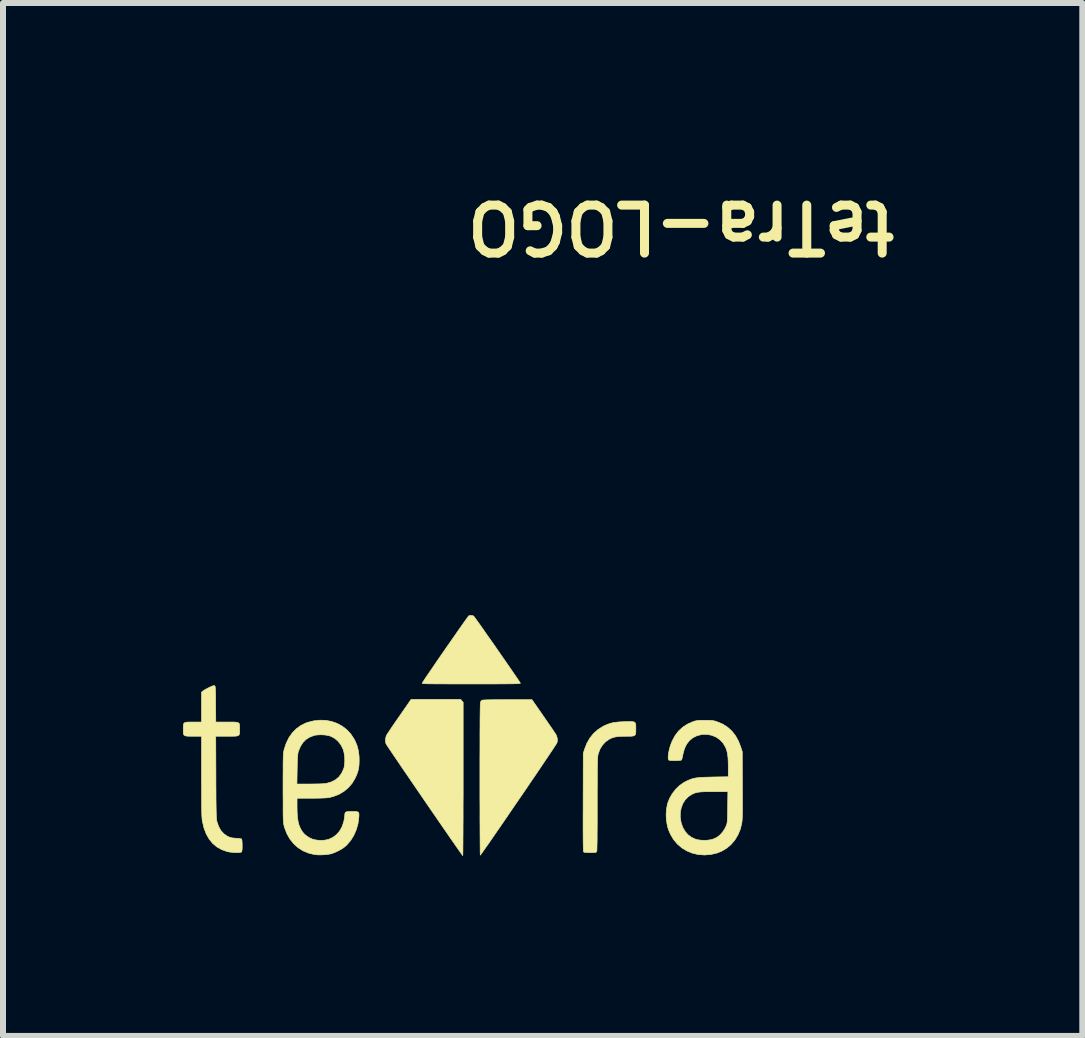
<source format=kicad_pcb>
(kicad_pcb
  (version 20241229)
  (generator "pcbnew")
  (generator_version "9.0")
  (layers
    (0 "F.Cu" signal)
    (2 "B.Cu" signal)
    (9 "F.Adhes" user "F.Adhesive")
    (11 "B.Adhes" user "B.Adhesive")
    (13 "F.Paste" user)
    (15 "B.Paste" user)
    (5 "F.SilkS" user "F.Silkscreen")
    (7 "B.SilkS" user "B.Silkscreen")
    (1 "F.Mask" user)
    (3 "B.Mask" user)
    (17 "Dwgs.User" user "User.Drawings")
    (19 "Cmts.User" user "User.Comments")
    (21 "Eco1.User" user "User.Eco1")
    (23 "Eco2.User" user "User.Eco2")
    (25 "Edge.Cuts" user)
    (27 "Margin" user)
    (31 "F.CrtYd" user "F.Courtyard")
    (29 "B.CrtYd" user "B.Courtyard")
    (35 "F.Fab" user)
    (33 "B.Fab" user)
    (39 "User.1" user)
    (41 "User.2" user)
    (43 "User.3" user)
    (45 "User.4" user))
  (footprint "teTra-LOGO"
    (layer "F.Cu")
    (at 4.802 9.231)
    (property "Reference" "teTra-LOGO" (at 3.5 -8.5 180) (unlocked yes) (layer "F.SilkS") (effects (font (size 0.8 0.8) (thickness 0.15))))
    (attr smd)
    (fp_poly (pts (xy -0.153 -0.599) (xy -0.132 -0.575) (xy -0.132 0.703) (xy -0.132 0.848) (xy -0.132 0.989) (xy -0.133 1.125) (xy -0.133 1.253) (xy -0.133 1.375) (xy -0.134 1.488) (xy -0.134 1.592) (xy -0.135 1.685) (xy -0.135 1.768) (xy -0.136 1.838) (xy -0.136 1.895) (xy -0.137 1.939) (xy -0.138 1.967) (xy -0.139 1.98) (xy -0.139 1.981) (xy -0.144 1.974) (xy -0.159 1.954) (xy -0.182 1.921) (xy -0.213 1.877) (xy -0.251 1.823) (xy -0.296 1.758) (xy -0.347 1.685) (xy -0.403 1.603) (xy -0.465 1.514) (xy -0.531 1.418) (xy -0.601 1.316) (xy -0.675 1.209) (xy -0.751 1.098) (xy -0.778 1.059) (xy -0.855 0.946) (xy -0.93 0.837) (xy -1.001 0.733) (xy -1.069 0.633) (xy -1.133 0.54) (xy -1.191 0.454) (xy -1.244 0.376) (xy -1.292 0.306) (xy -1.332 0.246) (xy -1.366 0.196) (xy -1.392 0.157) (xy -1.409 0.13) (xy -1.418 0.116) (xy -1.419 0.114) (xy -1.427 0.077) (xy -1.426 0.033) (xy -1.416 -0.008) (xy -1.411 -0.022) (xy -1.403 -0.036) (xy -1.386 -0.063) (xy -1.361 -0.099) (xy -1.331 -0.145) (xy -1.295 -0.198) (xy -1.255 -0.256) (xy -1.212 -0.318) (xy -1.197 -0.339) (xy -1 -0.623) (xy -0.173 -0.623) (xy -0.153 -0.599)) (stroke (width 0.01) (type solid)) (fill yes) (layer "F.SilkS"))
    (fp_poly (pts (xy 0.022 -2.021) (xy 0.043 -2.012) (xy 0.05 -2.003) (xy 0.066 -1.982) (xy 0.089 -1.95) (xy 0.12 -1.907) (xy 0.156 -1.856) (xy 0.198 -1.797) (xy 0.243 -1.732) (xy 0.292 -1.662) (xy 0.344 -1.589) (xy 0.397 -1.513) (xy 0.45 -1.436) (xy 0.503 -1.36) (xy 0.555 -1.285) (xy 0.605 -1.213) (xy 0.652 -1.145) (xy 0.695 -1.082) (xy 0.733 -1.027) (xy 0.766 -0.979) (xy 0.792 -0.941) (xy 0.81 -0.913) (xy 0.82 -0.897) (xy 0.821 -0.895) (xy 0.821 -0.892) (xy 0.818 -0.89) (xy 0.81 -0.889) (xy 0.798 -0.887) (xy 0.78 -0.886) (xy 0.755 -0.885) (xy 0.722 -0.884) (xy 0.681 -0.883) (xy 0.629 -0.883) (xy 0.567 -0.882) (xy 0.493 -0.882) (xy 0.407 -0.881) (xy 0.307 -0.881) (xy 0.192 -0.881) (xy 0.061 -0.881) (xy 0.003 -0.881) (xy -0.134 -0.881) (xy -0.254 -0.881) (xy -0.36 -0.881) (xy -0.452 -0.882) (xy -0.531 -0.882) (xy -0.598 -0.882) (xy -0.653 -0.883) (xy -0.699 -0.883) (xy -0.735 -0.884) (xy -0.763 -0.885) (xy -0.784 -0.886) (xy -0.799 -0.888) (xy -0.808 -0.889) (xy -0.813 -0.891) (xy -0.815 -0.893) (xy -0.815 -0.895) (xy -0.808 -0.906) (xy -0.793 -0.929) (xy -0.771 -0.963) (xy -0.741 -1.008) (xy -0.705 -1.06) (xy -0.664 -1.12) (xy -0.619 -1.186) (xy -0.571 -1.257) (xy -0.52 -1.331) (xy -0.467 -1.407) (xy -0.414 -1.484) (xy -0.361 -1.56) (xy -0.309 -1.635) (xy -0.259 -1.706) (xy -0.212 -1.774) (xy -0.169 -1.835) (xy -0.131 -1.89) (xy -0.098 -1.936) (xy -0.071 -1.973) (xy -0.052 -2) (xy -0.041 -2.014) (xy -0.039 -2.016) (xy -0.01 -2.024) (xy 0.022 -2.021)) (stroke (width 0.01) (type solid)) (fill yes) (layer "F.SilkS"))
    (fp_poly (pts (xy 1.21 -0.338) (xy 1.253 -0.276) (xy 1.293 -0.217) (xy 1.33 -0.163) (xy 1.362 -0.117) (xy 1.388 -0.078) (xy 1.407 -0.05) (xy 1.417 -0.033) (xy 1.419 -0.031) (xy 1.435 0.015) (xy 1.439 0.066) (xy 1.432 0.098) (xy 1.427 0.109) (xy 1.412 0.132) (xy 1.389 0.167) (xy 1.359 0.213) (xy 1.322 0.268) (xy 1.279 0.333) (xy 1.23 0.405) (xy 1.177 0.484) (xy 1.12 0.569) (xy 1.059 0.659) (xy 0.995 0.752) (xy 0.93 0.849) (xy 0.863 0.947) (xy 0.795 1.046) (xy 0.727 1.145) (xy 0.66 1.243) (xy 0.595 1.339) (xy 0.531 1.432) (xy 0.47 1.521) (xy 0.412 1.604) (xy 0.359 1.682) (xy 0.31 1.753) (xy 0.266 1.815) (xy 0.229 1.868) (xy 0.198 1.912) (xy 0.175 1.944) (xy 0.16 1.965) (xy 0.154 1.972) (xy 0.153 1.972) (xy 0.153 1.964) (xy 0.152 1.939) (xy 0.151 1.9) (xy 0.151 1.846) (xy 0.15 1.78) (xy 0.15 1.701) (xy 0.149 1.61) (xy 0.149 1.509) (xy 0.148 1.399) (xy 0.148 1.28) (xy 0.148 1.154) (xy 0.147 1.02) (xy 0.147 0.881) (xy 0.147 0.738) (xy 0.147 0.712) (xy 0.147 0.523) (xy 0.147 0.351) (xy 0.148 0.195) (xy 0.148 0.055) (xy 0.148 -0.07) (xy 0.149 -0.18) (xy 0.149 -0.276) (xy 0.15 -0.357) (xy 0.151 -0.425) (xy 0.152 -0.48) (xy 0.153 -0.522) (xy 0.154 -0.552) (xy 0.156 -0.57) (xy 0.156 -0.575) (xy 0.167 -0.596) (xy 0.181 -0.61) (xy 0.181 -0.61) (xy 0.193 -0.612) (xy 0.222 -0.614) (xy 0.264 -0.616) (xy 0.321 -0.617) (xy 0.391 -0.618) (xy 0.473 -0.618) (xy 0.565 -0.619) (xy 0.606 -0.619) (xy 1.015 -0.619) (xy 1.21 -0.338)) (stroke (width 0.01) (type solid)) (fill yes) (layer "F.SilkS"))
    (fp_poly (pts (xy 2.67 -0.254) (xy 2.702 -0.251) (xy 2.724 -0.244) (xy 2.737 -0.23) (xy 2.744 -0.21) (xy 2.746 -0.181) (xy 2.746 -0.142) (xy 2.746 -0.132) (xy 2.746 -0.09) (xy 2.744 -0.059) (xy 2.738 -0.037) (xy 2.726 -0.023) (xy 2.705 -0.014) (xy 2.674 -0.01) (xy 2.63 -0.009) (xy 2.579 -0.009) (xy 2.509 -0.008) (xy 2.452 -0.005) (xy 2.406 0.002) (xy 2.366 0.012) (xy 2.329 0.027) (xy 2.303 0.04) (xy 2.242 0.082) (xy 2.19 0.138) (xy 2.149 0.204) (xy 2.121 0.278) (xy 2.115 0.303) (xy 2.113 0.316) (xy 2.111 0.333) (xy 2.11 0.356) (xy 2.108 0.386) (xy 2.107 0.424) (xy 2.106 0.471) (xy 2.105 0.528) (xy 2.104 0.595) (xy 2.104 0.675) (xy 2.104 0.767) (xy 2.103 0.873) (xy 2.103 0.994) (xy 2.103 1.128) (xy 2.103 1.282) (xy 2.103 1.42) (xy 2.102 1.54) (xy 2.101 1.644) (xy 2.101 1.731) (xy 2.099 1.801) (xy 2.098 1.854) (xy 2.097 1.89) (xy 2.095 1.91) (xy 2.094 1.913) (xy 2.089 1.92) (xy 2.08 1.925) (xy 2.064 1.928) (xy 2.039 1.929) (xy 2.001 1.93) (xy 1.985 1.93) (xy 1.938 1.929) (xy 1.906 1.927) (xy 1.886 1.924) (xy 1.876 1.919) (xy 1.875 1.918) (xy 1.873 1.911) (xy 1.872 1.895) (xy 1.871 1.869) (xy 1.87 1.832) (xy 1.869 1.783) (xy 1.868 1.722) (xy 1.868 1.648) (xy 1.867 1.56) (xy 1.867 1.459) (xy 1.867 1.342) (xy 1.868 1.209) (xy 1.868 1.09) (xy 1.87 0.275) (xy 1.89 0.211) (xy 1.929 0.111) (xy 1.98 0.021) (xy 2.043 -0.057) (xy 2.118 -0.123) (xy 2.203 -0.176) (xy 2.217 -0.183) (xy 2.267 -0.205) (xy 2.315 -0.222) (xy 2.364 -0.235) (xy 2.419 -0.243) (xy 2.482 -0.249) (xy 2.558 -0.252) (xy 2.565 -0.253) (xy 2.625 -0.254) (xy 2.67 -0.254)) (stroke (width 0.01) (type solid)) (fill yes) (layer "F.SilkS"))
    (fp_poly (pts (xy -4.276 -0.851) (xy -4.274 -0.85) (xy -4.27 -0.847) (xy -4.267 -0.84) (xy -4.265 -0.829) (xy -4.263 -0.811) (xy -4.261 -0.785) (xy -4.26 -0.749) (xy -4.259 -0.702) (xy -4.258 -0.642) (xy -4.258 -0.567) (xy -4.258 -0.544) (xy -4.255 -0.246) (xy -4.07 -0.246) (xy -4.004 -0.246) (xy -3.954 -0.246) (xy -3.917 -0.243) (xy -3.89 -0.238) (xy -3.873 -0.23) (xy -3.863 -0.216) (xy -3.859 -0.196) (xy -3.858 -0.169) (xy -3.858 -0.134) (xy -3.858 -0.128) (xy -3.857 -0.091) (xy -3.858 -0.063) (xy -3.862 -0.042) (xy -3.871 -0.028) (xy -3.887 -0.018) (xy -3.912 -0.012) (xy -3.947 -0.01) (xy -3.996 -0.009) (xy -4.058 -0.009) (xy -4.07 -0.009) (xy -4.256 -0.009) (xy -4.253 0.675) (xy -4.253 0.799) (xy -4.252 0.909) (xy -4.252 1.003) (xy -4.251 1.084) (xy -4.25 1.153) (xy -4.249 1.211) (xy -4.248 1.259) (xy -4.247 1.298) (xy -4.246 1.33) (xy -4.244 1.355) (xy -4.243 1.374) (xy -4.241 1.39) (xy -4.238 1.403) (xy -4.236 1.413) (xy -4.208 1.494) (xy -4.171 1.561) (xy -4.124 1.614) (xy -4.068 1.654) (xy -4.046 1.665) (xy -4.016 1.677) (xy -3.983 1.685) (xy -3.943 1.689) (xy -3.918 1.691) (xy -3.881 1.693) (xy -3.851 1.697) (xy -3.831 1.701) (xy -3.826 1.703) (xy -3.821 1.715) (xy -3.818 1.74) (xy -3.816 1.773) (xy -3.815 1.811) (xy -3.815 1.848) (xy -3.817 1.882) (xy -3.821 1.907) (xy -3.825 1.92) (xy -3.84 1.925) (xy -3.868 1.929) (xy -3.904 1.93) (xy -3.946 1.929) (xy -3.99 1.925) (xy -4.031 1.92) (xy -4.066 1.913) (xy -4.066 1.913) (xy -4.156 1.881) (xy -4.236 1.836) (xy -4.306 1.778) (xy -4.365 1.706) (xy -4.413 1.622) (xy -4.451 1.524) (xy -4.477 1.414) (xy -4.48 1.402) (xy -4.482 1.385) (xy -4.484 1.365) (xy -4.486 1.341) (xy -4.488 1.311) (xy -4.489 1.274) (xy -4.49 1.229) (xy -4.491 1.175) (xy -4.491 1.11) (xy -4.492 1.034) (xy -4.492 0.944) (xy -4.492 0.841) (xy -4.493 0.723) (xy -4.493 0.659) (xy -4.493 -0.009) (xy -4.632 -0.009) (xy -4.689 -0.009) (xy -4.731 -0.011) (xy -4.76 -0.015) (xy -4.779 -0.023) (xy -4.791 -0.038) (xy -4.796 -0.06) (xy -4.797 -0.091) (xy -4.797 -0.128) (xy -4.797 -0.168) (xy -4.795 -0.198) (xy -4.79 -0.22) (xy -4.778 -0.233) (xy -4.758 -0.241) (xy -4.727 -0.245) (xy -4.683 -0.246) (xy -4.632 -0.246) (xy -4.493 -0.246) (xy -4.493 -0.744) (xy -4.469 -0.764) (xy -4.451 -0.776) (xy -4.422 -0.793) (xy -4.388 -0.811) (xy -4.367 -0.822) (xy -4.329 -0.839) (xy -4.303 -0.85) (xy -4.286 -0.853) (xy -4.276 -0.851)) (stroke (width 0.01) (type solid)) (fill yes) (layer "F.SilkS"))
    (fp_poly (pts (xy 3.898 -0.275) (xy 3.95 -0.275) (xy 3.989 -0.274) (xy 4.019 -0.271) (xy 4.045 -0.267) (xy 4.069 -0.261) (xy 4.097 -0.252) (xy 4.191 -0.213) (xy 4.275 -0.16) (xy 4.347 -0.095) (xy 4.408 -0.017) (xy 4.458 0.074) (xy 4.496 0.173) (xy 4.52 0.249) (xy 4.522 0.806) (xy 4.523 0.92) (xy 4.523 1.019) (xy 4.523 1.103) (xy 4.523 1.175) (xy 4.523 1.235) (xy 4.522 1.284) (xy 4.521 1.325) (xy 4.52 1.359) (xy 4.518 1.386) (xy 4.516 1.409) (xy 4.514 1.428) (xy 4.512 1.44) (xy 4.487 1.542) (xy 4.448 1.635) (xy 4.397 1.72) (xy 4.334 1.794) (xy 4.261 1.856) (xy 4.178 1.906) (xy 4.101 1.937) (xy 3.999 1.961) (xy 3.894 1.97) (xy 3.789 1.963) (xy 3.788 1.963) (xy 3.69 1.94) (xy 3.598 1.903) (xy 3.514 1.852) (xy 3.44 1.789) (xy 3.377 1.715) (xy 3.327 1.632) (xy 3.299 1.57) (xy 3.279 1.513) (xy 3.266 1.454) (xy 3.256 1.386) (xy 3.254 1.374) (xy 3.253 1.336) (xy 3.486 1.336) (xy 3.487 1.343) (xy 3.501 1.431) (xy 3.528 1.509) (xy 3.567 1.577) (xy 3.616 1.633) (xy 3.676 1.677) (xy 3.745 1.708) (xy 3.762 1.713) (xy 3.816 1.722) (xy 3.877 1.726) (xy 3.939 1.724) (xy 3.996 1.715) (xy 4.019 1.71) (xy 4.056 1.696) (xy 4.093 1.678) (xy 4.115 1.664) (xy 4.156 1.629) (xy 4.196 1.583) (xy 4.23 1.531) (xy 4.254 1.48) (xy 4.26 1.464) (xy 4.264 1.448) (xy 4.268 1.431) (xy 4.27 1.409) (xy 4.272 1.382) (xy 4.274 1.346) (xy 4.275 1.3) (xy 4.276 1.241) (xy 4.277 1.17) (xy 4.28 0.914) (xy 4.048 0.914) (xy 3.97 0.914) (xy 3.906 0.915) (xy 3.854 0.917) (xy 3.812 0.92) (xy 3.778 0.925) (xy 3.749 0.931) (xy 3.722 0.94) (xy 3.695 0.952) (xy 3.676 0.961) (xy 3.618 1) (xy 3.569 1.051) (xy 3.53 1.112) (xy 3.503 1.182) (xy 3.488 1.257) (xy 3.486 1.336) (xy 3.253 1.336) (xy 3.251 1.291) (xy 3.257 1.206) (xy 3.272 1.126) (xy 3.276 1.109) (xy 3.308 1.027) (xy 3.353 0.949) (xy 3.409 0.876) (xy 3.474 0.813) (xy 3.545 0.763) (xy 3.576 0.746) (xy 3.615 0.727) (xy 3.651 0.712) (xy 3.685 0.7) (xy 3.721 0.691) (xy 3.761 0.684) (xy 3.807 0.679) (xy 3.862 0.675) (xy 3.929 0.673) (xy 4.009 0.671) (xy 4.035 0.67) (xy 4.287 0.666) (xy 4.287 0.507) (xy 4.286 0.426) (xy 4.283 0.358) (xy 4.277 0.302) (xy 4.268 0.253) (xy 4.256 0.21) (xy 4.239 0.17) (xy 4.237 0.165) (xy 4.197 0.101) (xy 4.146 0.047) (xy 4.084 0.005) (xy 4.015 -0.024) (xy 3.941 -0.039) (xy 3.863 -0.04) (xy 3.839 -0.037) (xy 3.763 -0.017) (xy 3.696 0.016) (xy 3.64 0.063) (xy 3.593 0.122) (xy 3.558 0.194) (xy 3.534 0.279) (xy 3.53 0.299) (xy 3.523 0.334) (xy 3.516 0.363) (xy 3.509 0.382) (xy 3.507 0.386) (xy 3.495 0.391) (xy 3.47 0.394) (xy 3.437 0.396) (xy 3.4 0.397) (xy 3.363 0.397) (xy 3.33 0.395) (xy 3.306 0.392) (xy 3.297 0.389) (xy 3.288 0.374) (xy 3.285 0.347) (xy 3.287 0.309) (xy 3.293 0.264) (xy 3.304 0.214) (xy 3.317 0.163) (xy 3.334 0.114) (xy 3.352 0.07) (xy 3.401 -0.021) (xy 3.46 -0.098) (xy 3.529 -0.161) (xy 3.609 -0.213) (xy 3.699 -0.252) (xy 3.726 -0.261) (xy 3.75 -0.267) (xy 3.774 -0.271) (xy 3.802 -0.274) (xy 3.838 -0.275) (xy 3.886 -0.275) (xy 3.898 -0.275)) (stroke (width 0.01) (type solid)) (fill yes) (layer "F.SilkS"))
    (fp_poly (pts (xy -2.419 -0.274) (xy -2.323 -0.255) (xy -2.232 -0.223) (xy -2.148 -0.177) (xy -2.072 -0.119) (xy -2.006 -0.048) (xy -1.951 0.035) (xy -1.936 0.063) (xy -1.901 0.145) (xy -1.879 0.23) (xy -1.867 0.322) (xy -1.865 0.389) (xy -1.867 0.462) (xy -1.874 0.524) (xy -1.888 0.581) (xy -1.909 0.639) (xy -1.933 0.691) (xy -1.983 0.775) (xy -2.046 0.848) (xy -2.12 0.91) (xy -2.205 0.96) (xy -2.299 0.996) (xy -2.365 1.012) (xy -2.393 1.016) (xy -2.431 1.019) (xy -2.48 1.021) (xy -2.542 1.023) (xy -2.617 1.024) (xy -2.665 1.024) (xy -2.901 1.024) (xy -2.901 1.174) (xy -2.899 1.265) (xy -2.894 1.341) (xy -2.884 1.406) (xy -2.871 1.463) (xy -2.851 1.513) (xy -2.826 1.56) (xy -2.809 1.586) (xy -2.778 1.622) (xy -2.735 1.657) (xy -2.686 1.687) (xy -2.637 1.708) (xy -2.632 1.71) (xy -2.572 1.722) (xy -2.505 1.727) (xy -2.439 1.723) (xy -2.381 1.711) (xy -2.374 1.709) (xy -2.304 1.677) (xy -2.243 1.631) (xy -2.192 1.572) (xy -2.152 1.502) (xy -2.124 1.42) (xy -2.118 1.395) (xy -2.112 1.359) (xy -2.107 1.326) (xy -2.105 1.302) (xy -2.105 1.3) (xy -2.103 1.278) (xy -2.096 1.262) (xy -2.081 1.252) (xy -2.056 1.246) (xy -2.018 1.244) (xy -1.987 1.244) (xy -1.939 1.244) (xy -1.906 1.247) (xy -1.885 1.254) (xy -1.873 1.267) (xy -1.869 1.288) (xy -1.869 1.319) (xy -1.871 1.342) (xy -1.885 1.449) (xy -1.914 1.55) (xy -1.955 1.644) (xy -2.008 1.729) (xy -2.071 1.802) (xy -2.106 1.834) (xy -2.151 1.866) (xy -2.206 1.897) (xy -2.265 1.925) (xy -2.32 1.946) (xy -2.338 1.951) (xy -2.382 1.959) (xy -2.436 1.965) (xy -2.495 1.968) (xy -2.552 1.968) (xy -2.6 1.964) (xy -2.609 1.963) (xy -2.708 1.939) (xy -2.8 1.901) (xy -2.883 1.849) (xy -2.955 1.784) (xy -3.018 1.707) (xy -3.069 1.617) (xy -3.108 1.517) (xy -3.115 1.494) (xy -3.118 1.48) (xy -3.121 1.467) (xy -3.124 1.453) (xy -3.126 1.437) (xy -3.128 1.417) (xy -3.13 1.392) (xy -3.131 1.361) (xy -3.132 1.323) (xy -3.133 1.276) (xy -3.133 1.218) (xy -3.133 1.149) (xy -3.133 1.067) (xy -3.134 0.971) (xy -3.134 0.86) (xy -3.134 0.854) (xy -3.134 0.787) (xy -2.903 0.787) (xy -2.687 0.787) (xy -2.603 0.786) (xy -2.535 0.785) (xy -2.481 0.783) (xy -2.438 0.779) (xy -2.407 0.775) (xy -2.328 0.752) (xy -2.26 0.717) (xy -2.203 0.669) (xy -2.158 0.608) (xy -2.125 0.536) (xy -2.117 0.512) (xy -2.109 0.464) (xy -2.105 0.406) (xy -2.107 0.344) (xy -2.114 0.283) (xy -2.126 0.229) (xy -2.132 0.21) (xy -2.167 0.138) (xy -2.215 0.076) (xy -2.273 0.026) (xy -2.341 -0.01) (xy -2.344 -0.011) (xy -2.387 -0.023) (xy -2.441 -0.031) (xy -2.498 -0.034) (xy -2.555 -0.032) (xy -2.603 -0.026) (xy -2.618 -0.022) (xy -2.691 0.006) (xy -2.753 0.045) (xy -2.803 0.096) (xy -2.844 0.16) (xy -2.876 0.237) (xy -2.882 0.256) (xy -2.886 0.275) (xy -2.889 0.302) (xy -2.892 0.338) (xy -2.895 0.385) (xy -2.897 0.444) (xy -2.898 0.519) (xy -2.899 0.543) (xy -2.903 0.787) (xy -3.134 0.787) (xy -3.134 0.742) (xy -3.134 0.645) (xy -3.133 0.563) (xy -3.133 0.493) (xy -3.133 0.435) (xy -3.132 0.387) (xy -3.131 0.348) (xy -3.13 0.316) (xy -3.129 0.291) (xy -3.127 0.27) (xy -3.124 0.253) (xy -3.122 0.238) (xy -3.119 0.224) (xy -3.115 0.209) (xy -3.115 0.209) (xy -3.081 0.106) (xy -3.036 0.014) (xy -2.979 -0.067) (xy -2.912 -0.135) (xy -2.835 -0.19) (xy -2.749 -0.232) (xy -2.726 -0.24) (xy -2.622 -0.266) (xy -2.519 -0.277) (xy -2.419 -0.274)) (stroke (width 0.01) (type solid)) (fill yes) (layer "F.SilkS")))
  (gr_rect
    (start -3 -3)
    (end 14.99 14.217)
    (stroke (width 0.1) (type default))
    (fill no)
    (layer "Edge.Cuts")))
</source>
